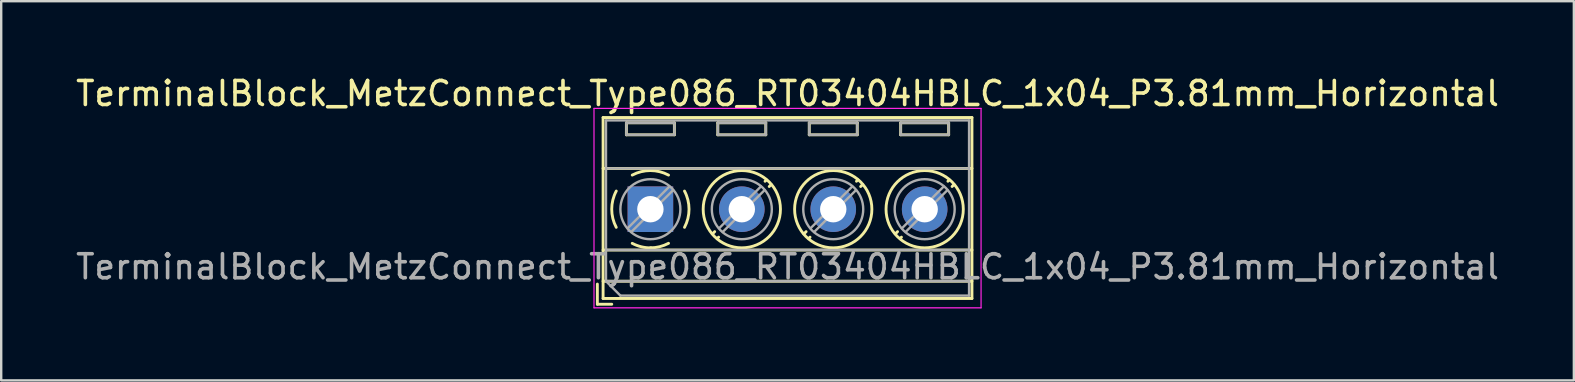
<source format=kicad_pcb>
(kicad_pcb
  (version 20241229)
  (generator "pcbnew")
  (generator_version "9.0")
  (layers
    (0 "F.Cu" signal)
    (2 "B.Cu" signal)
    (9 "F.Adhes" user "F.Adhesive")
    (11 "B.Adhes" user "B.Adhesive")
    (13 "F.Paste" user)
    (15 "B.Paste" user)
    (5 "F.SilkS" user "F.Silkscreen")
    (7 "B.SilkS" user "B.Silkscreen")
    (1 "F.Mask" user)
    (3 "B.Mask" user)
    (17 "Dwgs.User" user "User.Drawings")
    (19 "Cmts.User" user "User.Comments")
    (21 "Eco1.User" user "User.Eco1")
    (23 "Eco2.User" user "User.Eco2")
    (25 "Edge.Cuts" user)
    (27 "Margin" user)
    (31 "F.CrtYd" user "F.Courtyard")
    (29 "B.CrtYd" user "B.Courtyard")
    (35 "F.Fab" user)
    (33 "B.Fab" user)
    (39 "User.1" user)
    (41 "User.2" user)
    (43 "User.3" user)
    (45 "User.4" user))
  (footprint "TerminalBlock_MetzConnect_Type086_RT03404HBLC_1x04_P3.81mm_Horizontal"
    (layer "F.Cu")
    (at 24.053 5.668)
    (property "Reference" "TerminalBlock_MetzConnect_Type086_RT03404HBLC_1x04_P3.81mm_Horizontal" (at 5.715 -4.82 0) (layer "F.SilkS") (effects (font (size 1 1) (thickness 0.15))))
    (attr through_hole)
    (fp_line (start -2.21 3.12) (end -2.21 3.96) (stroke (width 0.12) (type solid)) (layer "F.SilkS"))
    (fp_line (start -2.21 3.96) (end -1.61 3.96) (stroke (width 0.12) (type solid)) (layer "F.SilkS"))
    (fp_line (start -1.971 -3.82) (end -1.971 3.72) (stroke (width 0.12) (type solid)) (layer "F.SilkS"))
    (fp_line (start -1.971 -3.82) (end 13.4 -3.82) (stroke (width 0.12) (type solid)) (layer "F.SilkS"))
    (fp_line (start -1.971 -1.7) (end 13.4 -1.7) (stroke (width 0.12) (type solid)) (layer "F.SilkS"))
    (fp_line (start -1.971 1.701) (end 13.4 1.701) (stroke (width 0.12) (type solid)) (layer "F.SilkS"))
    (fp_line (start -1.971 3) (end 13.4 3) (stroke (width 0.12) (type solid)) (layer "F.SilkS"))
    (fp_line (start -1.971 3.72) (end 13.4 3.72) (stroke (width 0.12) (type solid)) (layer "F.SilkS"))
    (fp_line (start -1 -3.6) (end -1 -3.1) (stroke (width 0.12) (type solid)) (layer "F.SilkS"))
    (fp_line (start -1 -3.6) (end 1 -3.6) (stroke (width 0.12) (type solid)) (layer "F.SilkS"))
    (fp_line (start -1 -3.1) (end 1 -3.1) (stroke (width 0.12) (type solid)) (layer "F.SilkS"))
    (fp_line (start 1 -3.6) (end 1 -3.1) (stroke (width 0.12) (type solid)) (layer "F.SilkS"))
    (fp_line (start 2.679 0.935) (end 2.589 1.025) (stroke (width 0.12) (type solid)) (layer "F.SilkS"))
    (fp_line (start 2.81 -3.6) (end 2.81 -3.1) (stroke (width 0.12) (type solid)) (layer "F.SilkS"))
    (fp_line (start 2.81 -3.6) (end 4.81 -3.6) (stroke (width 0.12) (type solid)) (layer "F.SilkS"))
    (fp_line (start 2.81 -3.1) (end 4.81 -3.1) (stroke (width 0.12) (type solid)) (layer "F.SilkS"))
    (fp_line (start 2.842 1.165) (end 2.786 1.221) (stroke (width 0.12) (type solid)) (layer "F.SilkS"))
    (fp_line (start 4.81 -3.6) (end 4.81 -3.1) (stroke (width 0.12) (type solid)) (layer "F.SilkS"))
    (fp_line (start 4.835 -1.221) (end 4.779 -1.165) (stroke (width 0.12) (type solid)) (layer "F.SilkS"))
    (fp_line (start 5.032 -1.025) (end 4.953 -0.946) (stroke (width 0.12) (type solid)) (layer "F.SilkS"))
    (fp_line (start 6.489 0.935) (end 6.399 1.025) (stroke (width 0.12) (type solid)) (layer "F.SilkS"))
    (fp_line (start 6.62 -3.6) (end 6.62 -3.1) (stroke (width 0.12) (type solid)) (layer "F.SilkS"))
    (fp_line (start 6.62 -3.6) (end 8.62 -3.6) (stroke (width 0.12) (type solid)) (layer "F.SilkS"))
    (fp_line (start 6.62 -3.1) (end 8.62 -3.1) (stroke (width 0.12) (type solid)) (layer "F.SilkS"))
    (fp_line (start 6.652 1.165) (end 6.596 1.221) (stroke (width 0.12) (type solid)) (layer "F.SilkS"))
    (fp_line (start 8.62 -3.6) (end 8.62 -3.1) (stroke (width 0.12) (type solid)) (layer "F.SilkS"))
    (fp_line (start 8.645 -1.221) (end 8.589 -1.165) (stroke (width 0.12) (type solid)) (layer "F.SilkS"))
    (fp_line (start 8.842 -1.025) (end 8.763 -0.946) (stroke (width 0.12) (type solid)) (layer "F.SilkS"))
    (fp_line (start 10.299 0.935) (end 10.209 1.025) (stroke (width 0.12) (type solid)) (layer "F.SilkS"))
    (fp_line (start 10.43 -3.6) (end 10.43 -3.1) (stroke (width 0.12) (type solid)) (layer "F.SilkS"))
    (fp_line (start 10.43 -3.6) (end 12.43 -3.6) (stroke (width 0.12) (type solid)) (layer "F.SilkS"))
    (fp_line (start 10.43 -3.1) (end 12.43 -3.1) (stroke (width 0.12) (type solid)) (layer "F.SilkS"))
    (fp_line (start 10.462 1.165) (end 10.406 1.221) (stroke (width 0.12) (type solid)) (layer "F.SilkS"))
    (fp_line (start 12.43 -3.6) (end 12.43 -3.1) (stroke (width 0.12) (type solid)) (layer "F.SilkS"))
    (fp_line (start 12.455 -1.221) (end 12.399 -1.165) (stroke (width 0.12) (type solid)) (layer "F.SilkS"))
    (fp_line (start 12.652 -1.025) (end 12.573 -0.946) (stroke (width 0.12) (type solid)) (layer "F.SilkS"))
    (fp_line (start 13.4 -3.82) (end 13.4 3.72) (stroke (width 0.12) (type solid)) (layer "F.SilkS"))
    (fp_arc (start -1.422754 0.755582) (mid -1.610941 -0.000803) (end -1.422 -0.757) (stroke (width 0.12) (type solid)) (layer "F.SilkS"))
    (fp_arc (start -0.756142 -1.421925) (mid -0.00008 -1.610472) (end 0.756 -1.422) (stroke (width 0.12) (type solid)) (layer "F.SilkS"))
    (fp_arc (start 0.027312 1.61071) (mid -0.376847 1.566244) (end -0.757 1.422) (stroke (width 0.12) (type solid)) (layer "F.SilkS"))
    (fp_arc (start 0.755849 1.421546) (mid 0.389494 1.562176) (end 0 1.61) (stroke (width 0.12) (type solid)) (layer "F.SilkS"))
    (fp_arc (start 1.421925 -0.756142) (mid 1.610472 -0.00008) (end 1.422 0.756) (stroke (width 0.12) (type solid)) (layer "F.SilkS"))
    (fp_circle (center 3.81 0) (end 5.42 0) (stroke (width 0.12) (type solid)) (fill no) (layer "F.SilkS"))
    (fp_circle (center 7.62 0) (end 9.23 0) (stroke (width 0.12) (type solid)) (fill no) (layer "F.SilkS"))
    (fp_circle (center 11.43 0) (end 13.04 0) (stroke (width 0.12) (type solid)) (fill no) (layer "F.SilkS"))
    (fp_line (start -2.35 -4.2) (end -2.35 4.11) (stroke (width 0.05) (type solid)) (layer "F.CrtYd"))
    (fp_line (start -2.35 4.11) (end 13.78 4.11) (stroke (width 0.05) (type solid)) (layer "F.CrtYd"))
    (fp_line (start 13.78 -4.2) (end -2.35 -4.2) (stroke (width 0.05) (type solid)) (layer "F.CrtYd"))
    (fp_line (start 13.78 4.11) (end 13.78 -4.2) (stroke (width 0.05) (type solid)) (layer "F.CrtYd"))
    (fp_line (start -1.85 -3.7) (end 13.28 -3.7) (stroke (width 0.1) (type solid)) (layer "F.Fab"))
    (fp_line (start -1.85 -1.7) (end 13.28 -1.7) (stroke (width 0.1) (type solid)) (layer "F.Fab"))
    (fp_line (start -1.85 1.7) (end 13.28 1.7) (stroke (width 0.1) (type solid)) (layer "F.Fab"))
    (fp_line (start -1.85 3) (end -1.85 -3.7) (stroke (width 0.1) (type solid)) (layer "F.Fab"))
    (fp_line (start -1.85 3) (end 13.28 3) (stroke (width 0.1) (type solid)) (layer "F.Fab"))
    (fp_line (start -1.25 3.6) (end -1.85 3) (stroke (width 0.1) (type solid)) (layer "F.Fab"))
    (fp_line (start -1 -3.6) (end -1 -3.1) (stroke (width 0.1) (type solid)) (layer "F.Fab"))
    (fp_line (start -1 -3.1) (end 1 -3.1) (stroke (width 0.1) (type solid)) (layer "F.Fab"))
    (fp_line (start 0.796 -0.948) (end -0.949 0.796) (stroke (width 0.1) (type solid)) (layer "F.Fab"))
    (fp_line (start 0.949 -0.796) (end -0.796 0.948) (stroke (width 0.1) (type solid)) (layer "F.Fab"))
    (fp_line (start 1 -3.6) (end -1 -3.6) (stroke (width 0.1) (type solid)) (layer "F.Fab"))
    (fp_line (start 1 -3.1) (end 1 -3.6) (stroke (width 0.1) (type solid)) (layer "F.Fab"))
    (fp_line (start 2.81 -3.6) (end 2.81 -3.1) (stroke (width 0.1) (type solid)) (layer "F.Fab"))
    (fp_line (start 2.81 -3.1) (end 4.81 -3.1) (stroke (width 0.1) (type solid)) (layer "F.Fab"))
    (fp_line (start 4.606 -0.948) (end 2.862 0.796) (stroke (width 0.1) (type solid)) (layer "F.Fab"))
    (fp_line (start 4.759 -0.796) (end 3.015 0.948) (stroke (width 0.1) (type solid)) (layer "F.Fab"))
    (fp_line (start 4.81 -3.6) (end 2.81 -3.6) (stroke (width 0.1) (type solid)) (layer "F.Fab"))
    (fp_line (start 4.81 -3.1) (end 4.81 -3.6) (stroke (width 0.1) (type solid)) (layer "F.Fab"))
    (fp_line (start 6.62 -3.6) (end 6.62 -3.1) (stroke (width 0.1) (type solid)) (layer "F.Fab"))
    (fp_line (start 6.62 -3.1) (end 8.62 -3.1) (stroke (width 0.1) (type solid)) (layer "F.Fab"))
    (fp_line (start 8.416 -0.948) (end 6.672 0.796) (stroke (width 0.1) (type solid)) (layer "F.Fab"))
    (fp_line (start 8.569 -0.796) (end 6.825 0.948) (stroke (width 0.1) (type solid)) (layer "F.Fab"))
    (fp_line (start 8.62 -3.6) (end 6.62 -3.6) (stroke (width 0.1) (type solid)) (layer "F.Fab"))
    (fp_line (start 8.62 -3.1) (end 8.62 -3.6) (stroke (width 0.1) (type solid)) (layer "F.Fab"))
    (fp_line (start 10.43 -3.6) (end 10.43 -3.1) (stroke (width 0.1) (type solid)) (layer "F.Fab"))
    (fp_line (start 10.43 -3.1) (end 12.43 -3.1) (stroke (width 0.1) (type solid)) (layer "F.Fab"))
    (fp_line (start 12.226 -0.948) (end 10.482 0.796) (stroke (width 0.1) (type solid)) (layer "F.Fab"))
    (fp_line (start 12.379 -0.796) (end 10.635 0.948) (stroke (width 0.1) (type solid)) (layer "F.Fab"))
    (fp_line (start 12.43 -3.6) (end 10.43 -3.6) (stroke (width 0.1) (type solid)) (layer "F.Fab"))
    (fp_line (start 12.43 -3.1) (end 12.43 -3.6) (stroke (width 0.1) (type solid)) (layer "F.Fab"))
    (fp_line (start 13.28 -3.7) (end 13.28 3.6) (stroke (width 0.1) (type solid)) (layer "F.Fab"))
    (fp_line (start 13.28 3.6) (end -1.25 3.6) (stroke (width 0.1) (type solid)) (layer "F.Fab"))
    (fp_circle (center 0 0) (end 1.25 0) (stroke (width 0.1) (type solid)) (fill no) (layer "F.Fab"))
    (fp_circle (center 3.81 0) (end 5.06 0) (stroke (width 0.1) (type solid)) (fill no) (layer "F.Fab"))
    (fp_circle (center 7.62 0) (end 8.87 0) (stroke (width 0.1) (type solid)) (fill no) (layer "F.Fab"))
    (fp_circle (center 11.43 0) (end 12.68 0) (stroke (width 0.1) (type solid)) (fill no) (layer "F.Fab"))
    (fp_text user "${REFERENCE}" (at 5.715 2.4 0) (layer "F.Fab") (effects (font (size 1 1) (thickness 0.15))))
    (pad "1" thru_hole rect (at 0 0) (size 1.9 1.9) (drill 1.1) (layers "*.Cu" "*.Mask"))
    (pad "2" thru_hole circle (at 3.81 0) (size 1.9 1.9) (drill 1.1) (layers "*.Cu" "*.Mask"))
    (pad "3" thru_hole circle (at 7.62 0) (size 1.9 1.9) (drill 1.1) (layers "*.Cu" "*.Mask"))
    (pad "4" thru_hole circle (at 11.43 0) (size 1.9 1.9) (drill 1.1) (layers "*.Cu" "*.Mask")))
  (gr_rect
    (start -3 -3)
    (end 62.536 12.803)
    (stroke (width 0.1) (type default))
    (fill no)
    (layer "Edge.Cuts")))
</source>
